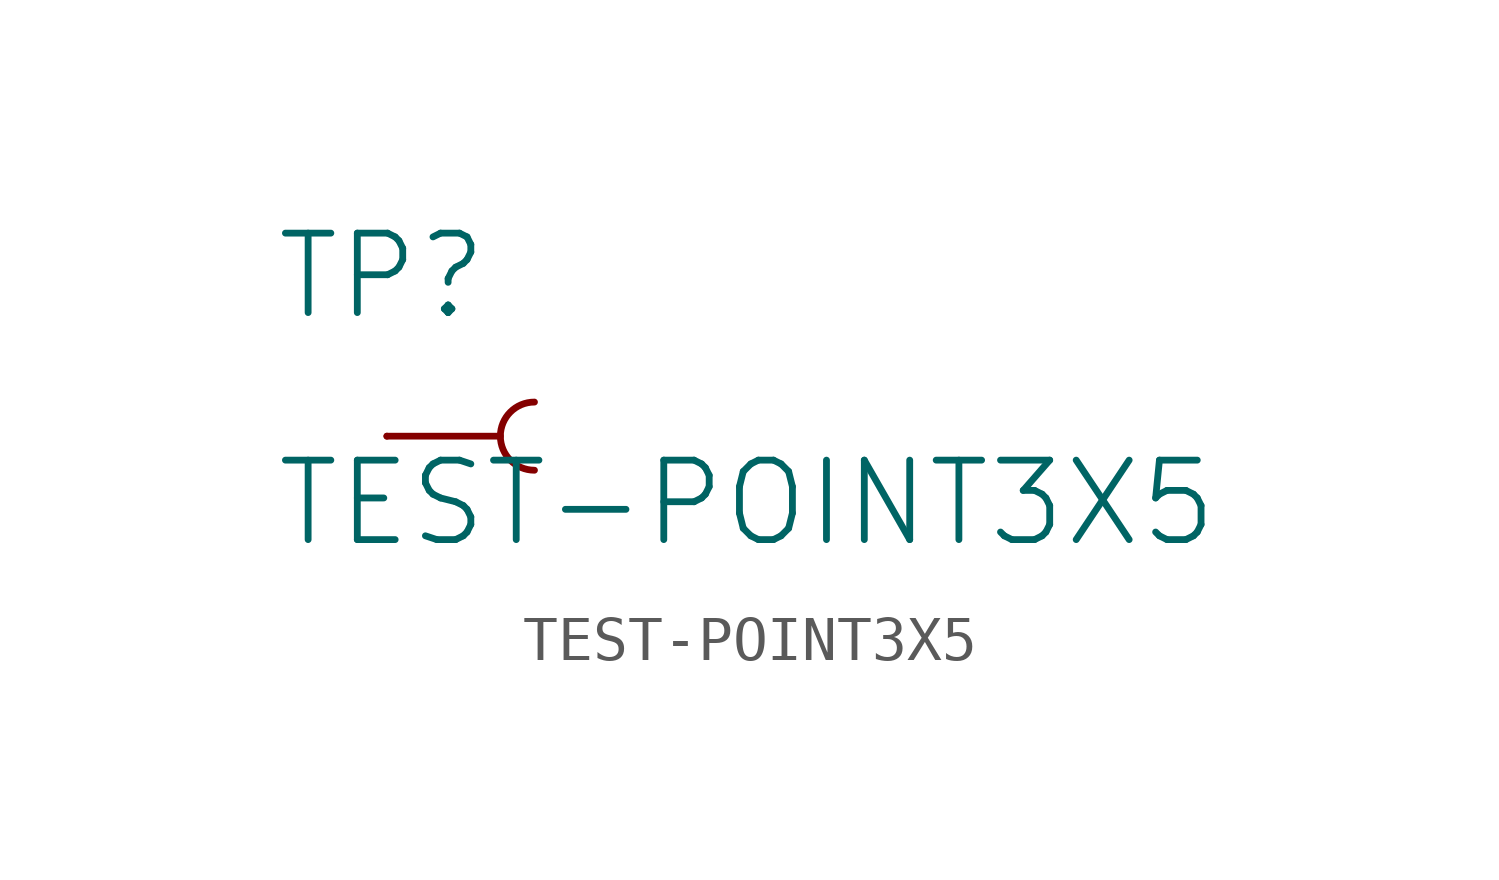
<source format=kicad_sym>
(kicad_symbol_lib
  (version 20211014)
  (generator kicad_symbol_editor)
  (symbol "TEST-POINT3X5"
    (property "Reference" "TP"
      (at -2.54 2.54 0)
      (effects (font (size 1.778 1.778)) (justify left bottom)))
    (property "Value" "TEST-POINT3X5"
      (at -2.54 -2.54 0)
      (effects (font (size 1.778 1.778)) (justify left bottom)))
    (property "ki_locked" ""
      (at 0 0 0)
      (effects (font (size 1.27 1.27))))
    (symbol "TEST-POINT3X5_1_0"
      (polyline (pts (xy 2.54 0) (xy 0 0)) (stroke (width 0.152) (type default) (color 0 0 0 0)) (fill (type none)))
      (arc (start 3.302 0.762) (mid 2.54 0) (end 3.302 -0.762) (stroke (width 0.1524) (type default) (color 0 0 0 0)) (fill (type none)))
      (pin bidirectional line (at 0 0 180) (length 0) (name "1" (effects (font (size 0 0)))) (number "P$1" (effects (font (size 0 0))))))))
</source>
